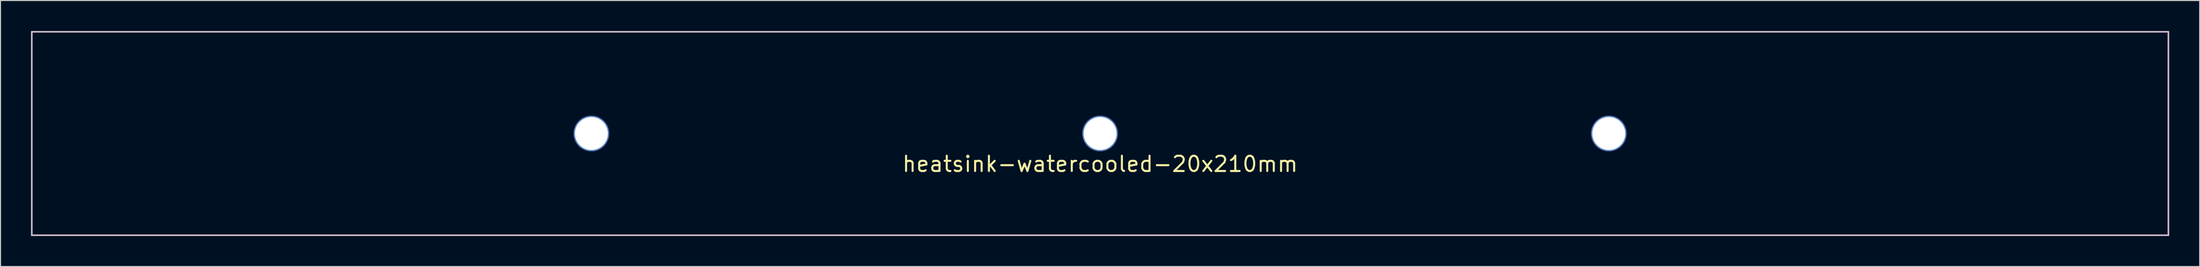
<source format=kicad_pcb>
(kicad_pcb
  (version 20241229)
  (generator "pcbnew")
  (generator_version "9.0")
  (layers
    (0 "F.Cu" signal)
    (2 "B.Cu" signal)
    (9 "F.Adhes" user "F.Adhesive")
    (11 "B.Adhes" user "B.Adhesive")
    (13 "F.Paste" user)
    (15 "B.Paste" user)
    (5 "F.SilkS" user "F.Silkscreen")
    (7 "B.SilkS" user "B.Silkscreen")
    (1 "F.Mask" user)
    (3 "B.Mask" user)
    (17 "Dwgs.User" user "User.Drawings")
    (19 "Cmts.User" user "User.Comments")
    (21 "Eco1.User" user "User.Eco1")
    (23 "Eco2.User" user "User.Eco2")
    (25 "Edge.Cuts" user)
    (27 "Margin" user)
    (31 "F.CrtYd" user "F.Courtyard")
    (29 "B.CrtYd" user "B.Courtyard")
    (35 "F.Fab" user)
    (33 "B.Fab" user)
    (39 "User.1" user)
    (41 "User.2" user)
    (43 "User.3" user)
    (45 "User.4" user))
  (footprint "heatsink-watercooled-20x210mm"
    (layer "F.Cu")
    (at 105.075 10.075)
    (property "Reference" "heatsink-watercooled-20x210mm" (at 0 3 0) (layer "F.SilkS") (effects (font (size 1.5 1.5) (thickness 0.2))))
    (attr exclude_from_pos_files exclude_from_bom)
    (fp_line (start -105 -10) (end -105 10) (stroke (width 0.15) (type solid)) (layer "Dwgs.User"))
    (fp_line (start -105 10) (end 105 10) (stroke (width 0.15) (type solid)) (layer "Dwgs.User"))
    (fp_line (start 105 -10) (end -105 -10) (stroke (width 0.15) (type solid)) (layer "Dwgs.User"))
    (fp_line (start 105 10) (end 105 -10) (stroke (width 0.15) (type solid)) (layer "Dwgs.User"))
    (fp_line (start -105 -10) (end 105 -10) (stroke (width 0.15) (type solid)) (layer "F.CrtYd"))
    (fp_line (start -105 10) (end -105 -10) (stroke (width 0.15) (type solid)) (layer "F.CrtYd"))
    (fp_line (start 105 -10) (end 105 10) (stroke (width 0.15) (type solid)) (layer "F.CrtYd"))
    (fp_line (start 105 10) (end -105 10) (stroke (width 0.15) (type solid)) (layer "F.CrtYd"))
    (pad "" np_thru_hole circle (at -50 0) (size 3.5 3.5) (drill 3.25) (layers "*.Cu" "*.Mask"))
    (pad "" np_thru_hole circle (at 0 0) (size 3.5 3.5) (drill 3.25) (layers "*.Cu" "*.Mask"))
    (pad "" np_thru_hole circle (at 50 0) (size 3.5 3.5) (drill 3.25) (layers "*.Cu" "*.Mask")))
  (gr_rect
    (start -3 -3)
    (end 213.15 23.15)
    (stroke (width 0.1) (type default))
    (fill no)
    (layer "Edge.Cuts")))
</source>
